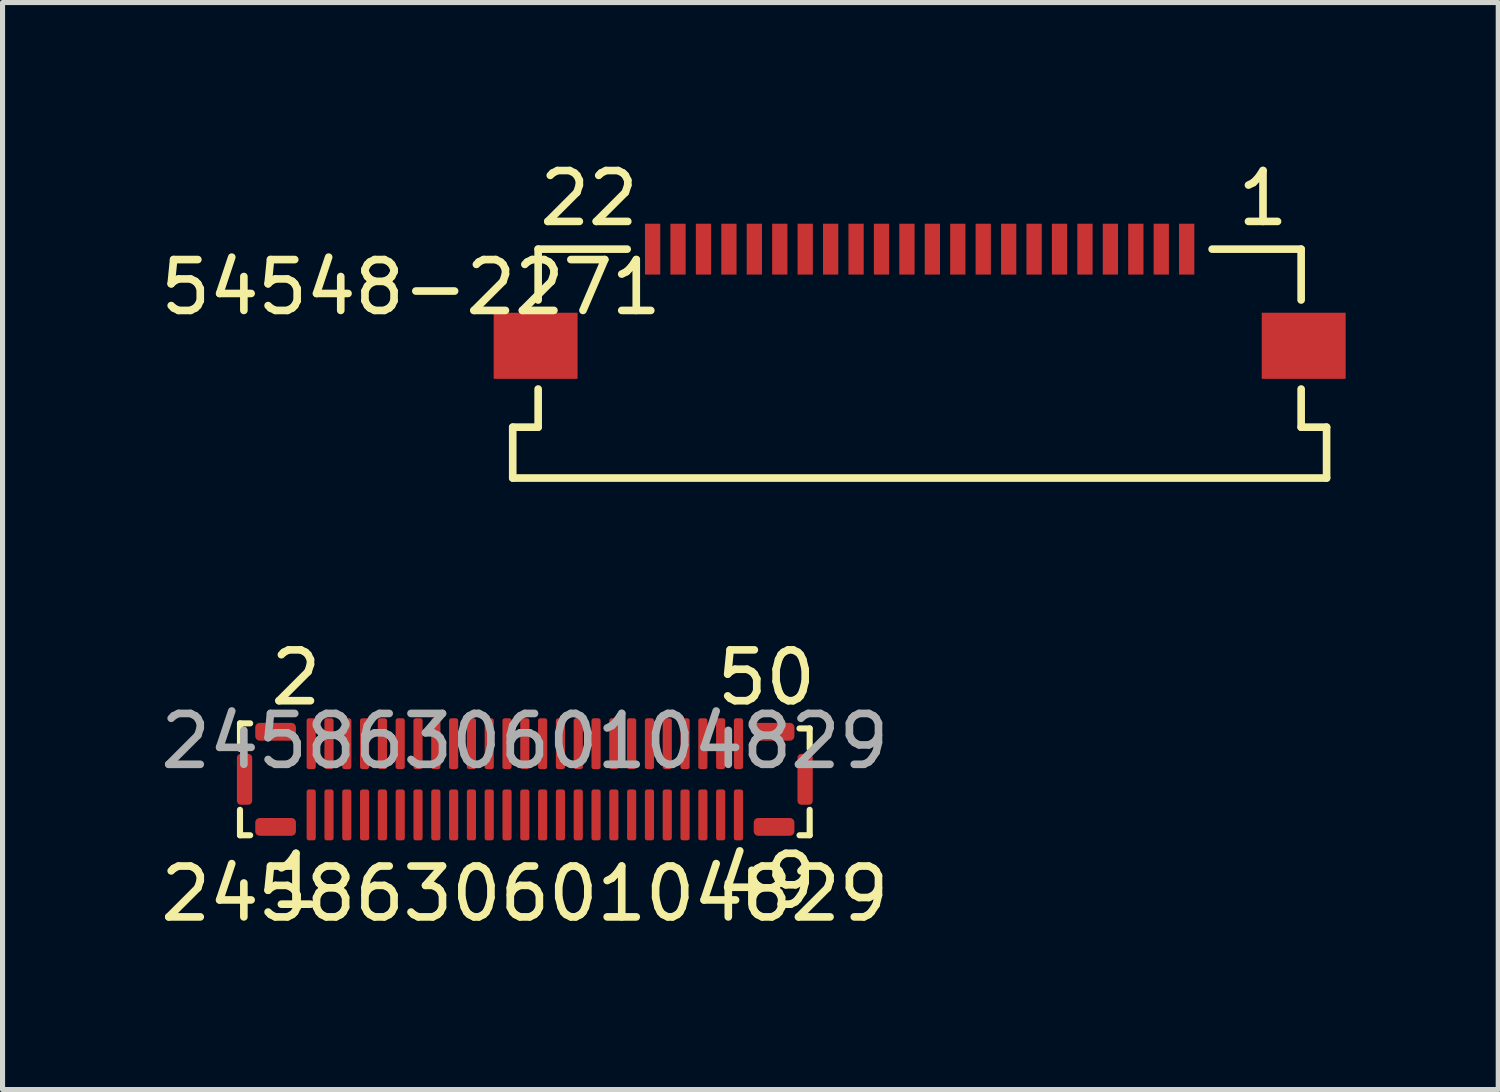
<source format=kicad_pcb>
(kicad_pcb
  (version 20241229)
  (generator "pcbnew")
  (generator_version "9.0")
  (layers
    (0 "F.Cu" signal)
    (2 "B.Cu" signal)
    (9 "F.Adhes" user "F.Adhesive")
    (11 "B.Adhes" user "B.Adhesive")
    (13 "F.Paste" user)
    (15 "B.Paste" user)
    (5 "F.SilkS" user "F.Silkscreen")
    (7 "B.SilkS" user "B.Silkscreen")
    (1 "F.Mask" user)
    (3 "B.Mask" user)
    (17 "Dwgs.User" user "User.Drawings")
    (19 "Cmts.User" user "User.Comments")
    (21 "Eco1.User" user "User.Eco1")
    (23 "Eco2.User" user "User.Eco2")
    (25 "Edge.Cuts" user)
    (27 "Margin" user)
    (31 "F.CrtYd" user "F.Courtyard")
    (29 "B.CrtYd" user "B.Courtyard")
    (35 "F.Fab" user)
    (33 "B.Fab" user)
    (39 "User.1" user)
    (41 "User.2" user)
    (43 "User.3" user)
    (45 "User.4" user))
  (footprint "245863060104829"
    (layer "F.Cu")
    (at 7.268 12.271)
    (property "Reference" "245863060104829" (at 0 2.25 0) (unlocked yes) (layer "F.SilkS") (effects (font (size 1 1) (thickness 0.15))))
    (attr smd)
    (fp_line (start -5.6 -1.1) (end -5.6 -0.6) (stroke (width 0.12) (type solid)) (layer "F.SilkS"))
    (fp_line (start -5.6 -1.1) (end -5.4 -1.1) (stroke (width 0.12) (type solid)) (layer "F.SilkS"))
    (fp_line (start -5.6 0.6) (end -5.6 1.1) (stroke (width 0.12) (type solid)) (layer "F.SilkS"))
    (fp_line (start -5.6 1.1) (end -5.4 1.1) (stroke (width 0.12) (type solid)) (layer "F.SilkS"))
    (fp_line (start 5.4 1.1) (end 5.6 1.1) (stroke (width 0.12) (type solid)) (layer "F.SilkS"))
    (fp_line (start 5.6 -1) (end 5.4 -1) (stroke (width 0.12) (type solid)) (layer "F.SilkS"))
    (fp_line (start 5.6 -0.6) (end 5.6 -1) (stroke (width 0.12) (type solid)) (layer "F.SilkS"))
    (fp_line (start 5.6 1.1) (end 5.6 0.6) (stroke (width 0.12) (type solid)) (layer "F.SilkS"))
    (fp_text user "2" (at -4.5 -2 0) (unlocked yes) (layer "F.SilkS") (effects (font (size 1 1) (thickness 0.15))))
    (fp_text user "50" (at 4.75 -2 0) (unlocked yes) (layer "F.SilkS") (effects (font (size 1 1) (thickness 0.15))))
    (fp_text user "49" (at 4.75 2 0) (unlocked yes) (layer "F.SilkS") (effects (font (size 1 1) (thickness 0.15))))
    (fp_text user "1" (at -4.5 2 0) (unlocked yes) (layer "F.SilkS") (effects (font (size 1 1) (thickness 0.15))))
    (fp_text user "${REFERENCE}" (at 0 -0.75 0) (unlocked yes) (layer "F.Fab") (effects (font (size 1 1) (thickness 0.15))))
    (pad "1" smd roundrect (at -4.2 0.7) (size 0.18 1) (layers "F.Cu" "F.Mask" "F.Paste") (roundrect_rratio 0.25))
    (pad "2" smd roundrect (at -4.2 -0.7) (size 0.18 1) (layers "F.Cu" "F.Mask" "F.Paste") (roundrect_rratio 0.25))
    (pad "3" smd roundrect (at -3.85 0.7) (size 0.18 1) (layers "F.Cu" "F.Mask" "F.Paste") (roundrect_rratio 0.25))
    (pad "4" smd roundrect (at -3.85 -0.7) (size 0.18 1) (layers "F.Cu" "F.Mask" "F.Paste") (roundrect_rratio 0.25))
    (pad "5" smd roundrect (at -3.5 0.7) (size 0.18 1) (layers "F.Cu" "F.Mask" "F.Paste") (roundrect_rratio 0.25))
    (pad "6" smd roundrect (at -3.5 -0.7) (size 0.18 1) (layers "F.Cu" "F.Mask" "F.Paste") (roundrect_rratio 0.25))
    (pad "7" smd roundrect (at -3.15 0.7) (size 0.18 1) (layers "F.Cu" "F.Mask" "F.Paste") (roundrect_rratio 0.25))
    (pad "8" smd roundrect (at -3.15 -0.7) (size 0.18 1) (layers "F.Cu" "F.Mask" "F.Paste") (roundrect_rratio 0.25))
    (pad "9" smd roundrect (at -2.8 0.7) (size 0.18 1) (layers "F.Cu" "F.Mask" "F.Paste") (roundrect_rratio 0.25))
    (pad "10" smd roundrect (at -2.8 -0.7) (size 0.18 1) (layers "F.Cu" "F.Mask" "F.Paste") (roundrect_rratio 0.25))
    (pad "11" smd roundrect (at -2.45 0.7) (size 0.18 1) (layers "F.Cu" "F.Mask" "F.Paste") (roundrect_rratio 0.25))
    (pad "12" smd roundrect (at -2.45 -0.7) (size 0.18 1) (layers "F.Cu" "F.Mask" "F.Paste") (roundrect_rratio 0.25))
    (pad "13" smd roundrect (at -2.1 0.7) (size 0.18 1) (layers "F.Cu" "F.Mask" "F.Paste") (roundrect_rratio 0.25))
    (pad "14" smd roundrect (at -2.1 -0.7) (size 0.18 1) (layers "F.Cu" "F.Mask" "F.Paste") (roundrect_rratio 0.25))
    (pad "15" smd roundrect (at -1.75 0.7) (size 0.18 1) (layers "F.Cu" "F.Mask" "F.Paste") (roundrect_rratio 0.25))
    (pad "16" smd roundrect (at -1.75 -0.7) (size 0.18 1) (layers "F.Cu" "F.Mask" "F.Paste") (roundrect_rratio 0.25))
    (pad "17" smd roundrect (at -1.4 0.7) (size 0.18 1) (layers "F.Cu" "F.Mask" "F.Paste") (roundrect_rratio 0.25))
    (pad "18" smd roundrect (at -1.4 -0.7) (size 0.18 1) (layers "F.Cu" "F.Mask" "F.Paste") (roundrect_rratio 0.25))
    (pad "19" smd roundrect (at -1.05 0.7) (size 0.18 1) (layers "F.Cu" "F.Mask" "F.Paste") (roundrect_rratio 0.25))
    (pad "20" smd roundrect (at -1.05 -0.7) (size 0.18 1) (layers "F.Cu" "F.Mask" "F.Paste") (roundrect_rratio 0.25))
    (pad "21" smd roundrect (at -0.7 0.7) (size 0.18 1) (layers "F.Cu" "F.Mask" "F.Paste") (roundrect_rratio 0.25))
    (pad "22" smd roundrect (at -0.7 -0.7) (size 0.18 1) (layers "F.Cu" "F.Mask" "F.Paste") (roundrect_rratio 0.25))
    (pad "23" smd roundrect (at -0.35 0.7) (size 0.18 1) (layers "F.Cu" "F.Mask" "F.Paste") (roundrect_rratio 0.25))
    (pad "24" smd roundrect (at -0.35 -0.7) (size 0.18 1) (layers "F.Cu" "F.Mask" "F.Paste") (roundrect_rratio 0.25))
    (pad "25" smd roundrect (at 0 0.7) (size 0.18 1) (layers "F.Cu" "F.Mask" "F.Paste") (roundrect_rratio 0.25))
    (pad "26" smd roundrect (at 0 -0.7) (size 0.18 1) (layers "F.Cu" "F.Mask" "F.Paste") (roundrect_rratio 0.25))
    (pad "27" smd roundrect (at 0.35 0.7) (size 0.18 1) (layers "F.Cu" "F.Mask" "F.Paste") (roundrect_rratio 0.25))
    (pad "28" smd roundrect (at 0.35 -0.7) (size 0.18 1) (layers "F.Cu" "F.Mask" "F.Paste") (roundrect_rratio 0.25))
    (pad "29" smd roundrect (at 0.7 0.7) (size 0.18 1) (layers "F.Cu" "F.Mask" "F.Paste") (roundrect_rratio 0.25))
    (pad "30" smd roundrect (at 0.7 -0.7) (size 0.18 1) (layers "F.Cu" "F.Mask" "F.Paste") (roundrect_rratio 0.25))
    (pad "31" smd roundrect (at 1.05 0.7) (size 0.18 1) (layers "F.Cu" "F.Mask" "F.Paste") (roundrect_rratio 0.25))
    (pad "32" smd roundrect (at 1.05 -0.7) (size 0.18 1) (layers "F.Cu" "F.Mask" "F.Paste") (roundrect_rratio 0.25))
    (pad "33" smd roundrect (at 1.4 0.7) (size 0.18 1) (layers "F.Cu" "F.Mask" "F.Paste") (roundrect_rratio 0.25))
    (pad "34" smd roundrect (at 1.4 -0.7) (size 0.18 1) (layers "F.Cu" "F.Mask" "F.Paste") (roundrect_rratio 0.25))
    (pad "35" smd roundrect (at 1.75 0.7) (size 0.18 1) (layers "F.Cu" "F.Mask" "F.Paste") (roundrect_rratio 0.25))
    (pad "36" smd roundrect (at 1.75 -0.7) (size 0.18 1) (layers "F.Cu" "F.Mask" "F.Paste") (roundrect_rratio 0.25))
    (pad "37" smd roundrect (at 2.1 0.7) (size 0.18 1) (layers "F.Cu" "F.Mask" "F.Paste") (roundrect_rratio 0.25))
    (pad "38" smd roundrect (at 2.1 -0.7) (size 0.18 1) (layers "F.Cu" "F.Mask" "F.Paste") (roundrect_rratio 0.25))
    (pad "39" smd roundrect (at 2.45 0.7) (size 0.18 1) (layers "F.Cu" "F.Mask" "F.Paste") (roundrect_rratio 0.25))
    (pad "40" smd roundrect (at 2.45 -0.7) (size 0.18 1) (layers "F.Cu" "F.Mask" "F.Paste") (roundrect_rratio 0.25))
    (pad "41" smd roundrect (at 2.8 0.7) (size 0.18 1) (layers "F.Cu" "F.Mask" "F.Paste") (roundrect_rratio 0.25))
    (pad "42" smd roundrect (at 2.8 -0.7) (size 0.18 1) (layers "F.Cu" "F.Mask" "F.Paste") (roundrect_rratio 0.25))
    (pad "43" smd roundrect (at 3.15 0.7) (size 0.18 1) (layers "F.Cu" "F.Mask" "F.Paste") (roundrect_rratio 0.25))
    (pad "44" smd roundrect (at 3.15 -0.7) (size 0.18 1) (layers "F.Cu" "F.Mask" "F.Paste") (roundrect_rratio 0.25))
    (pad "45" smd roundrect (at 3.5 0.7) (size 0.18 1) (layers "F.Cu" "F.Mask" "F.Paste") (roundrect_rratio 0.25))
    (pad "46" smd roundrect (at 3.5 -0.7) (size 0.18 1) (layers "F.Cu" "F.Mask" "F.Paste") (roundrect_rratio 0.25))
    (pad "47" smd roundrect (at 3.85 0.7) (size 0.18 1) (layers "F.Cu" "F.Mask" "F.Paste") (roundrect_rratio 0.25))
    (pad "48" smd roundrect (at 3.85 -0.7) (size 0.18 1) (layers "F.Cu" "F.Mask" "F.Paste") (roundrect_rratio 0.25))
    (pad "49" smd roundrect (at 4.2 0.7) (size 0.18 1) (layers "F.Cu" "F.Mask" "F.Paste") (roundrect_rratio 0.25))
    (pad "50" smd roundrect (at 4.2 -0.7) (size 0.18 1) (layers "F.Cu" "F.Mask" "F.Paste") (roundrect_rratio 0.25))
    (pad "A" smd roundrect (at -5.51 0) (size 0.3 1) (layers "F.Cu" "F.Mask" "F.Paste") (roundrect_rratio 0.25))
    (pad "B" smd roundrect (at 5.51 0) (size 0.3 1) (layers "F.Cu" "F.Mask" "F.Paste") (roundrect_rratio 0.25))
    (pad "C" smd roundrect (at -4.9 -0.935) (size 0.8 0.35) (layers "F.Cu" "F.Mask" "F.Paste") (roundrect_rratio 0.25))
    (pad "D" smd roundrect (at 4.9 -0.935) (size 0.8 0.35) (layers "F.Cu" "F.Mask" "F.Paste") (roundrect_rratio 0.25))
    (pad "E" smd roundrect (at -4.9 0.935) (size 0.8 0.35) (layers "F.Cu" "F.Mask" "F.Paste") (roundrect_rratio 0.25))
    (pad "F" smd roundrect (at 4.9 0.935) (size 0.8 0.35) (layers "F.Cu" "F.Mask" "F.Paste") (roundrect_rratio 0.25)))
  (footprint "54548-2271"
    (layer "F.Cu")
    (at 15.03 1.848)
    (property "Reference" "54548-2271" (at -10 0.75 0) (unlocked yes) (layer "F.SilkS") (effects (font (size 1 1) (thickness 0.15))))
    (fp_line (start -8 3.5) (end -7.5 3.5) (stroke (width 0.15) (type solid)) (layer "F.SilkS"))
    (fp_line (start -8 4.5) (end -8 3.5) (stroke (width 0.15) (type solid)) (layer "F.SilkS"))
    (fp_line (start -7.5 0) (end -5.75 0) (stroke (width 0.15) (type solid)) (layer "F.SilkS"))
    (fp_line (start -7.5 1) (end -7.5 0) (stroke (width 0.15) (type solid)) (layer "F.SilkS"))
    (fp_line (start -7.5 3.5) (end -7.5 2.75) (stroke (width 0.15) (type solid)) (layer "F.SilkS"))
    (fp_line (start 5.75 0) (end 7.5 0) (stroke (width 0.15) (type solid)) (layer "F.SilkS"))
    (fp_line (start 7.5 0) (end 7.5 1) (stroke (width 0.15) (type solid)) (layer "F.SilkS"))
    (fp_line (start 7.5 2.75) (end 7.5 3.5) (stroke (width 0.15) (type solid)) (layer "F.SilkS"))
    (fp_line (start 7.5 3.5) (end 8 3.5) (stroke (width 0.15) (type solid)) (layer "F.SilkS"))
    (fp_line (start 8 3.5) (end 8 4.5) (stroke (width 0.15) (type solid)) (layer "F.SilkS"))
    (fp_line (start 8 4.5) (end -8 4.5) (stroke (width 0.15) (type solid)) (layer "F.SilkS"))
    (fp_text user "1" (at 6.75 -1 0) (unlocked yes) (layer "F.SilkS") (effects (font (size 1 1) (thickness 0.15))))
    (fp_text user "22" (at -6.5 -1 0) (unlocked yes) (layer "F.SilkS") (effects (font (size 1 1) (thickness 0.15))))
    (pad "1" smd rect (at 5.25 0) (size 0.3 1) (layers "F.Cu" "F.Mask" "F.Paste"))
    (pad "2" smd rect (at 4.75 0) (size 0.3 1) (layers "F.Cu" "F.Mask" "F.Paste"))
    (pad "3" smd rect (at 4.25 0) (size 0.3 1) (layers "F.Cu" "F.Mask" "F.Paste"))
    (pad "4" smd rect (at 3.75 0) (size 0.3 1) (layers "F.Cu" "F.Mask" "F.Paste"))
    (pad "5" smd rect (at 3.25 0) (size 0.3 1) (layers "F.Cu" "F.Mask" "F.Paste"))
    (pad "6" smd rect (at 2.75 0) (size 0.3 1) (layers "F.Cu" "F.Mask" "F.Paste"))
    (pad "7" smd rect (at 2.25 0) (size 0.3 1) (layers "F.Cu" "F.Mask" "F.Paste"))
    (pad "8" smd rect (at 1.75 0) (size 0.3 1) (layers "F.Cu" "F.Mask" "F.Paste"))
    (pad "9" smd rect (at 1.25 0) (size 0.3 1) (layers "F.Cu" "F.Mask" "F.Paste"))
    (pad "10" smd rect (at 0.75 0) (size 0.3 1) (layers "F.Cu" "F.Mask" "F.Paste"))
    (pad "11" smd rect (at 0.25 0) (size 0.3 1) (layers "F.Cu" "F.Mask" "F.Paste"))
    (pad "12" smd rect (at -0.25 0) (size 0.3 1) (layers "F.Cu" "F.Mask" "F.Paste"))
    (pad "13" smd rect (at -0.75 0) (size 0.3 1) (layers "F.Cu" "F.Mask" "F.Paste"))
    (pad "14" smd rect (at -1.25 0) (size 0.3 1) (layers "F.Cu" "F.Mask" "F.Paste"))
    (pad "15" smd rect (at -1.75 0) (size 0.3 1) (layers "F.Cu" "F.Mask" "F.Paste"))
    (pad "16" smd rect (at -2.25 0) (size 0.3 1) (layers "F.Cu" "F.Mask" "F.Paste"))
    (pad "17" smd rect (at -2.75 0) (size 0.3 1) (layers "F.Cu" "F.Mask" "F.Paste"))
    (pad "18" smd rect (at -3.25 0) (size 0.3 1) (layers "F.Cu" "F.Mask" "F.Paste"))
    (pad "19" smd rect (at -3.75 0) (size 0.3 1) (layers "F.Cu" "F.Mask" "F.Paste"))
    (pad "20" smd rect (at -4.25 0) (size 0.3 1) (layers "F.Cu" "F.Mask" "F.Paste"))
    (pad "21" smd rect (at -4.75 0) (size 0.3 1) (layers "F.Cu" "F.Mask" "F.Paste"))
    (pad "22" smd rect (at -5.25 0) (size 0.3 1) (layers "F.Cu" "F.Mask" "F.Paste"))
    (pad "M" smd rect (at -7.55 1.9) (size 1.65 1.3) (layers "F.Cu" "F.Mask" "F.Paste"))
    (pad "M" smd rect (at 7.55 1.9) (size 1.65 1.3) (layers "F.Cu" "F.Mask" "F.Paste")))
  (gr_rect
    (start -3 -3)
    (end 26.405 18.37)
    (stroke (width 0.1) (type default))
    (fill no)
    (layer "Edge.Cuts")))
</source>
